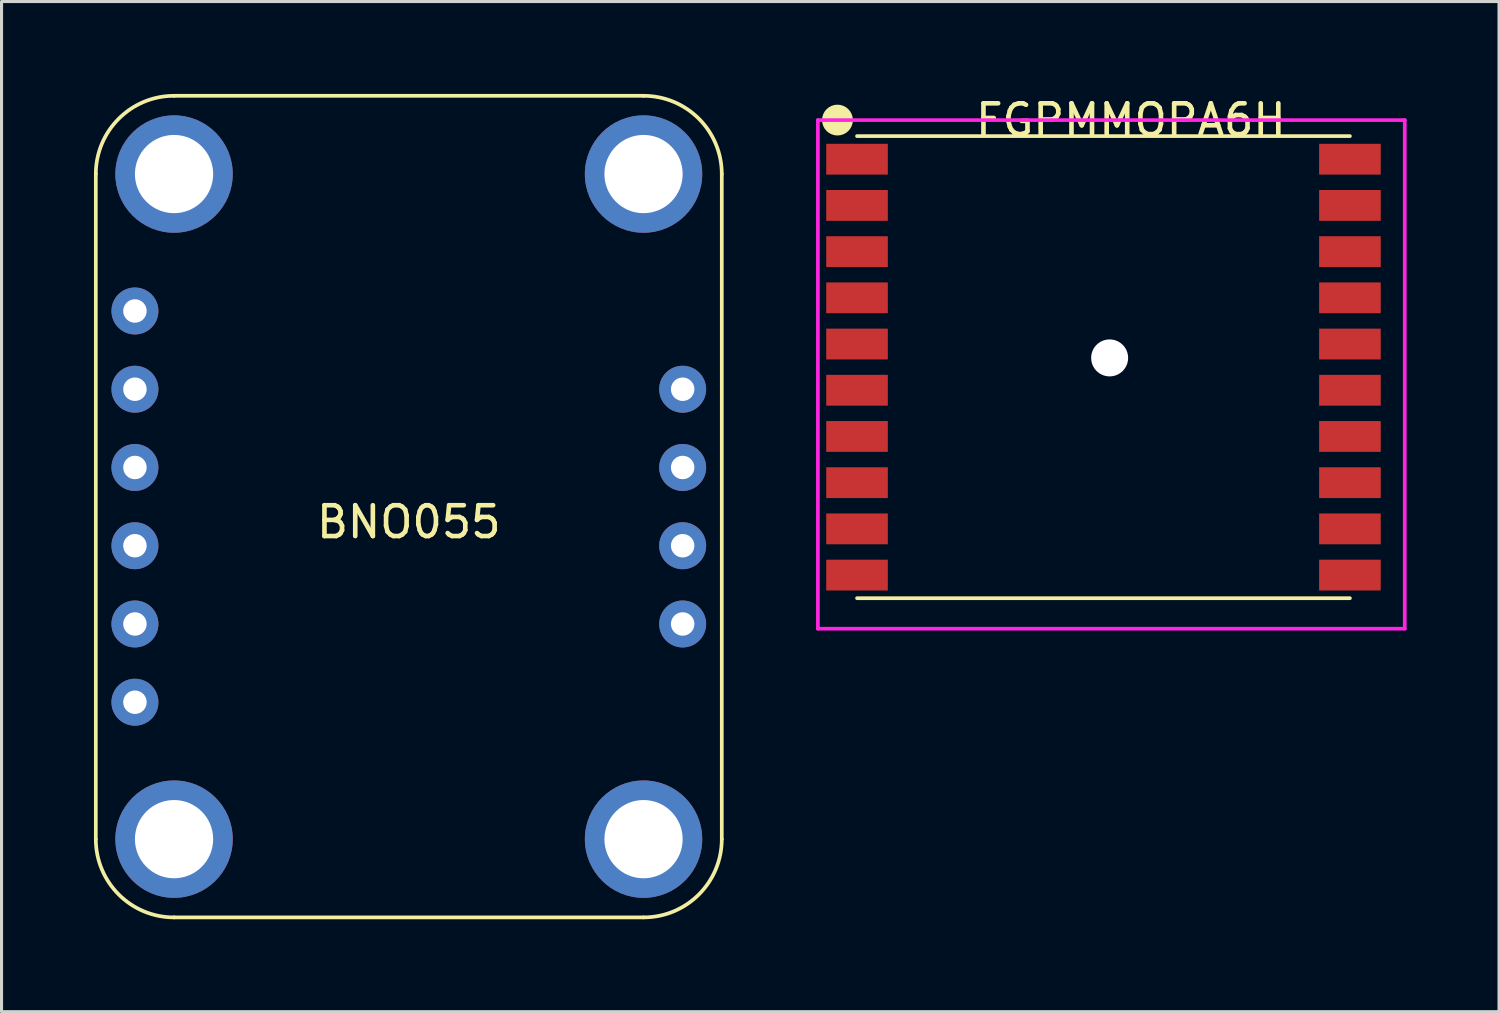
<source format=kicad_pcb>
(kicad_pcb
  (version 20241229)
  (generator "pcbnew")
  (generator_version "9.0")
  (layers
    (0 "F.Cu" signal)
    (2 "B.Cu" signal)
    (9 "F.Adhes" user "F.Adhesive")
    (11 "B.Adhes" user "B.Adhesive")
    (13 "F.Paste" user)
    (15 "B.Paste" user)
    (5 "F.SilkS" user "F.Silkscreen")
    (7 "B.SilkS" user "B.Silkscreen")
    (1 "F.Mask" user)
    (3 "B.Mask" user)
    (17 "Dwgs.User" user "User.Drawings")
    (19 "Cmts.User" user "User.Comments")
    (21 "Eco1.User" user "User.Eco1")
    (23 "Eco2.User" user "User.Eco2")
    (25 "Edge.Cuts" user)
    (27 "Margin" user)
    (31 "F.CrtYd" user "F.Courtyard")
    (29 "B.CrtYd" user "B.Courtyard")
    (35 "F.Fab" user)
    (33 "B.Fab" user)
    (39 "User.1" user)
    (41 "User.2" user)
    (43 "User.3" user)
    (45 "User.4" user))
  (footprint "FGPMMOPA6H"
    (layer "F.Cu")
    (at 24.77 2.118)
    (property "Reference" "FGPMMOPA6H" (at 8.89 -1.27 0) (layer "F.SilkS") (effects (font (size 1 1) (thickness 0.15))))
    (attr through_hole)
    (fp_line (start 0 -0.75) (end 16 -0.75) (stroke (width 0.12) (type solid)) (layer "F.SilkS"))
    (fp_line (start 16 14.25) (end 0 14.25) (stroke (width 0.12) (type solid)) (layer "F.SilkS"))
    (fp_circle (center -0.635 -1.27) (end -0.385 -1.27) (stroke (width 0.5) (type solid)) (fill no) (layer "F.SilkS"))
    (fp_line (start -1.27 -1.27) (end -1.27 15.24) (stroke (width 0.12) (type solid)) (layer "F.CrtYd"))
    (fp_line (start -1.27 15.24) (end 17.78 15.24) (stroke (width 0.12) (type solid)) (layer "F.CrtYd"))
    (fp_line (start 17.78 -1.27) (end -1.27 -1.27) (stroke (width 0.12) (type solid)) (layer "F.CrtYd"))
    (fp_line (start 17.78 15.24) (end 17.78 -1.27) (stroke (width 0.12) (type solid)) (layer "F.CrtYd"))
    (pad "" np_thru_hole circle (at 8.2 6.45) (size 1.2 1.2) (drill 1.2) (layers "*.Cu"))
    (pad "1" smd rect (at 0 0) (size 2 1) (layers "F.Cu" "F.Mask" "F.Paste"))
    (pad "2" smd rect (at 0 1.5) (size 2 1) (layers "F.Cu" "F.Mask" "F.Paste"))
    (pad "3" smd rect (at 0 3) (size 2 1) (layers "F.Cu" "F.Mask" "F.Paste"))
    (pad "4" smd rect (at 0 4.5) (size 2 1) (layers "F.Cu" "F.Mask" "F.Paste"))
    (pad "5" smd rect (at 0 6) (size 2 1) (layers "F.Cu" "F.Mask" "F.Paste"))
    (pad "6" smd rect (at 0 7.5) (size 2 1) (layers "F.Cu" "F.Mask" "F.Paste"))
    (pad "7" smd rect (at 0 9) (size 2 1) (layers "F.Cu" "F.Mask" "F.Paste"))
    (pad "8" smd rect (at 0 10.5) (size 2 1) (layers "F.Cu" "F.Mask" "F.Paste"))
    (pad "9" smd rect (at 0 12) (size 2 1) (layers "F.Cu" "F.Mask" "F.Paste"))
    (pad "10" smd rect (at 0 13.5) (size 2 1) (layers "F.Cu" "F.Mask" "F.Paste"))
    (pad "11" smd rect (at 16 13.5) (size 2 1) (layers "F.Cu" "F.Mask" "F.Paste"))
    (pad "12" smd rect (at 16 12) (size 2 1) (layers "F.Cu" "F.Mask" "F.Paste"))
    (pad "13" smd rect (at 16 10.5) (size 2 1) (layers "F.Cu" "F.Mask" "F.Paste"))
    (pad "14" smd rect (at 16 9) (size 2 1) (layers "F.Cu" "F.Mask" "F.Paste"))
    (pad "15" smd rect (at 16 7.5) (size 2 1) (layers "F.Cu" "F.Mask" "F.Paste"))
    (pad "16" smd rect (at 16 6) (size 2 1) (layers "F.Cu" "F.Mask" "F.Paste"))
    (pad "17" smd rect (at 16 4.5) (size 2 1) (layers "F.Cu" "F.Mask" "F.Paste"))
    (pad "18" smd rect (at 16 3) (size 2 1) (layers "F.Cu" "F.Mask" "F.Paste"))
    (pad "19" smd rect (at 16 1.5) (size 2 1) (layers "F.Cu" "F.Mask" "F.Paste"))
    (pad "20" smd rect (at 16 0) (size 2 1) (layers "F.Cu" "F.Mask" "F.Paste")))
  (footprint "BNO055"
    (layer "F.Cu")
    (at 10.22 13.395)
    (property "Reference" "BNO055" (at 0 0.5 0) (layer "F.SilkS") (effects (font (size 1 1) (thickness 0.15))))
    (attr through_hole)
    (fp_line (start -10.16 10.795) (end -10.16 -10.795) (stroke (width 0.12) (type solid)) (layer "F.SilkS"))
    (fp_line (start -7.62 13.335) (end 7.62 13.335) (stroke (width 0.12) (type solid)) (layer "F.SilkS"))
    (fp_line (start 7.62 -13.335) (end -7.62 -13.335) (stroke (width 0.12) (type solid)) (layer "F.SilkS"))
    (fp_line (start 10.16 -10.795) (end 10.16 10.795) (stroke (width 0.12) (type solid)) (layer "F.SilkS"))
    (fp_arc (start -10.16 -10.795) (mid -9.416051 -12.591051) (end -7.62 -13.335) (stroke (width 0.12) (type solid)) (layer "F.SilkS"))
    (fp_arc (start -7.62 13.335) (mid -9.416051 12.591051) (end -10.16 10.795) (stroke (width 0.12) (type solid)) (layer "F.SilkS"))
    (fp_arc (start 7.62 -13.335) (mid 9.416051 -12.591051) (end 10.16 -10.795) (stroke (width 0.12) (type solid)) (layer "F.SilkS"))
    (fp_arc (start 10.16 10.795) (mid 9.416051 12.591051) (end 7.62 13.335) (stroke (width 0.12) (type solid)) (layer "F.SilkS"))
    (pad "" np_thru_hole circle (at -7.62 -10.795) (size 3.81 3.81) (drill 2.54) (layers "*.Cu" "*.Mask"))
    (pad "" np_thru_hole circle (at -7.62 10.795) (size 3.81 3.81) (drill 2.54) (layers "*.Cu" "*.Mask"))
    (pad "" np_thru_hole circle (at 7.62 -10.795) (size 3.81 3.81) (drill 2.54) (layers "*.Cu" "*.Mask"))
    (pad "" np_thru_hole circle (at 7.62 10.795) (size 3.81 3.81) (drill 2.54) (layers "*.Cu" "*.Mask"))
    (pad "1" thru_hole circle (at -8.89 -6.35) (size 1.524 1.524) (drill 0.762) (layers "*.Cu" "*.Mask"))
    (pad "2" thru_hole circle (at -8.89 -3.81) (size 1.524 1.524) (drill 0.762) (layers "*.Cu" "*.Mask"))
    (pad "3" thru_hole circle (at -8.89 -1.27) (size 1.524 1.524) (drill 0.762) (layers "*.Cu" "*.Mask"))
    (pad "4" thru_hole circle (at -8.89 1.27) (size 1.524 1.524) (drill 0.762) (layers "*.Cu" "*.Mask"))
    (pad "5" thru_hole circle (at -8.89 3.81) (size 1.524 1.524) (drill 0.762) (layers "*.Cu" "*.Mask"))
    (pad "6" thru_hole circle (at -8.89 6.35) (size 1.524 1.524) (drill 0.762) (layers "*.Cu" "*.Mask"))
    (pad "7" thru_hole circle (at 8.89 -3.81) (size 1.524 1.524) (drill 0.762) (layers "*.Cu" "*.Mask"))
    (pad "8" thru_hole circle (at 8.89 -1.27) (size 1.524 1.524) (drill 0.762) (layers "*.Cu" "*.Mask"))
    (pad "9" thru_hole circle (at 8.89 1.27) (size 1.524 1.524) (drill 0.762) (layers "*.Cu" "*.Mask"))
    (pad "10" thru_hole circle (at 8.89 3.81) (size 1.524 1.524) (drill 0.762) (layers "*.Cu" "*.Mask")))
  (gr_rect
    (start -3 -3)
    (end 45.61 29.79)
    (stroke (width 0.1) (type default))
    (fill no)
    (layer "Edge.Cuts")))
</source>
